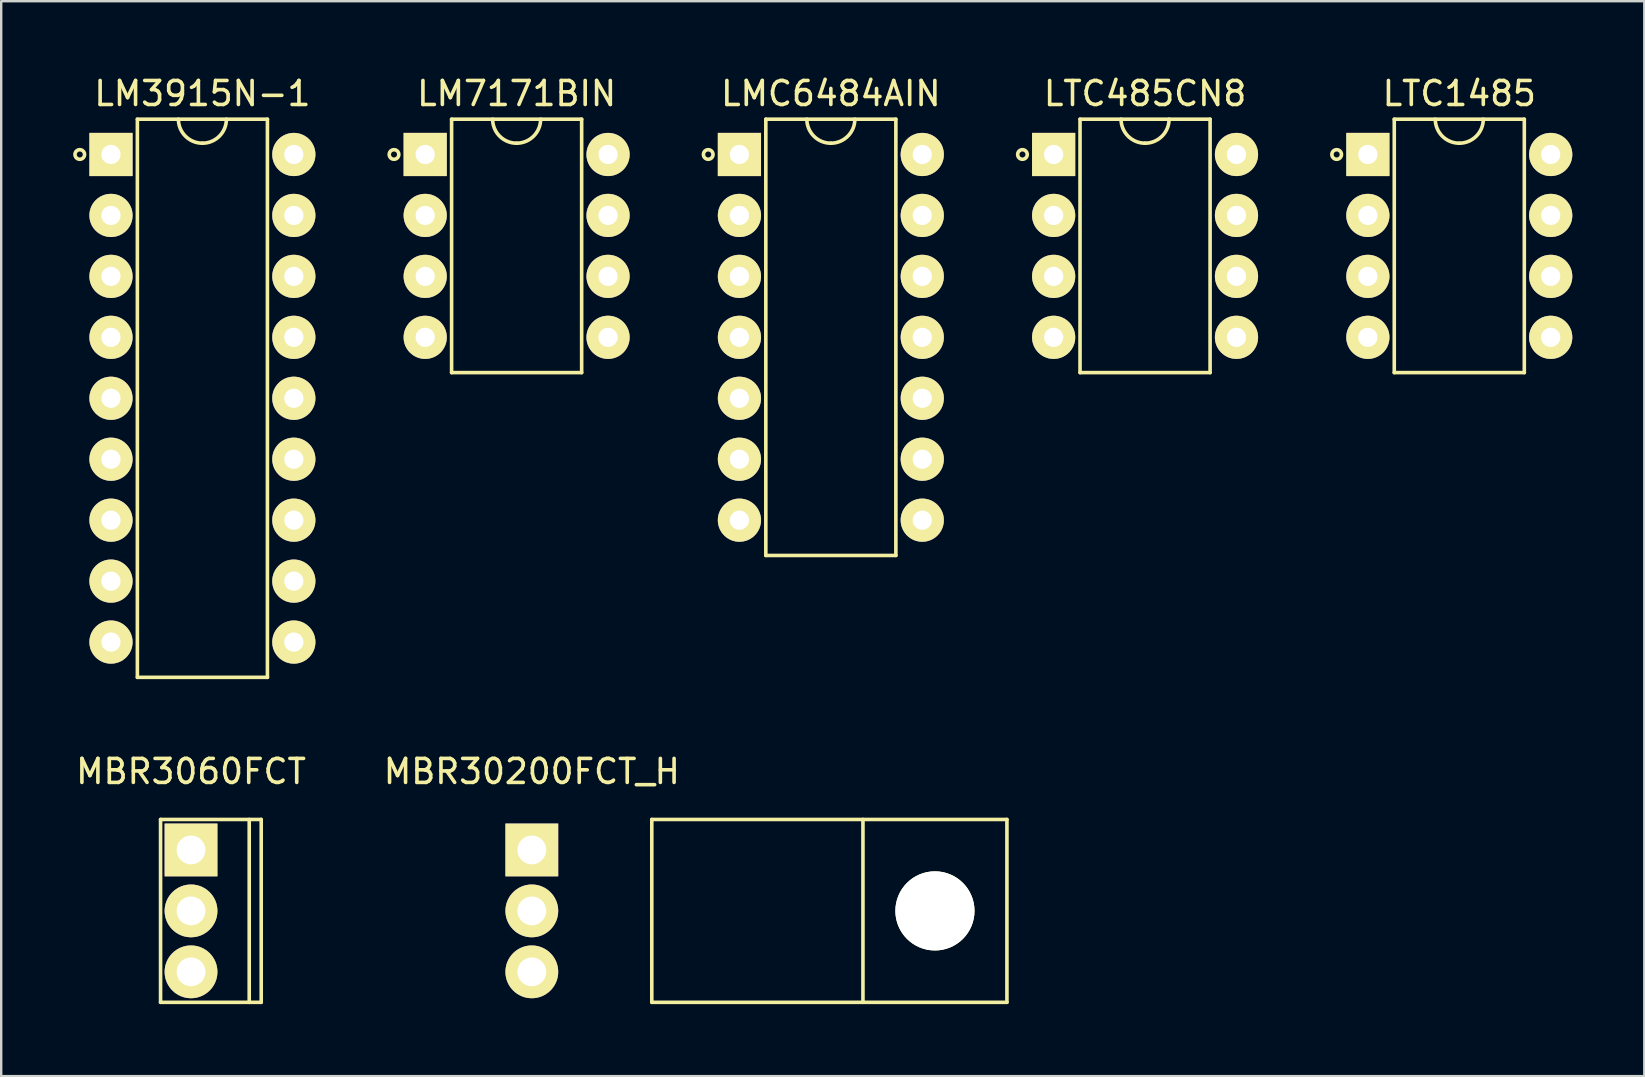
<source format=kicad_pcb>
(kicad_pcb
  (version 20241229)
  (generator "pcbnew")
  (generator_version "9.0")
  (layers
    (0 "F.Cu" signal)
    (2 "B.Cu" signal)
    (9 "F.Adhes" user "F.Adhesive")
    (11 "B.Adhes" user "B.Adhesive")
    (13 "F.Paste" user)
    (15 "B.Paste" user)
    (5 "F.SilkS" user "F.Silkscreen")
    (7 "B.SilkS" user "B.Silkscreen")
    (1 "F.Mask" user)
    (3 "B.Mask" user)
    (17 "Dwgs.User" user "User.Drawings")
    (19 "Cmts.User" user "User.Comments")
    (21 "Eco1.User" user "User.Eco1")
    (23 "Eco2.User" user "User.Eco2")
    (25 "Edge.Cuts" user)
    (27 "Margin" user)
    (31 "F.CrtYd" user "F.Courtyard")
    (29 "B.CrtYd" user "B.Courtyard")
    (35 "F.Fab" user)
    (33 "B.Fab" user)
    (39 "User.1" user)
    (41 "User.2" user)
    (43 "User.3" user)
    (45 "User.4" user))
  (footprint "LM7171BIN"
    (layer "F.Cu")
    (at 14.67 3.388)
    (property "Reference" "LM7171BIN" (at 3.81 -2.54 0) (layer "F.SilkS") (effects (font (size 1 1) (thickness 0.15))))
    (attr through_hole)
    (fp_line (start 1.1 -1.47) (end 6.52 -1.47) (stroke (width 0.15) (type solid)) (layer "F.SilkS"))
    (fp_line (start 1.1 9.09) (end 1.1 -1.47) (stroke (width 0.15) (type solid)) (layer "F.SilkS"))
    (fp_line (start 6.52 -1.47) (end 6.52 9.09) (stroke (width 0.15) (type solid)) (layer "F.SilkS"))
    (fp_line (start 6.52 9.09) (end 1.1 9.09) (stroke (width 0.15) (type solid)) (layer "F.SilkS"))
    (fp_arc (start 3.81 -0.47) (mid 3.102893 -0.762893) (end 2.81 -1.47) (stroke (width 0.15) (type solid)) (layer "F.SilkS"))
    (fp_arc (start 4.81 -1.47) (mid 4.517107 -0.762893) (end 3.81 -0.47) (stroke (width 0.15) (type solid)) (layer "F.SilkS"))
    (fp_circle (center -1.3 0) (end -1.3 0.2) (stroke (width 0.15) (type solid)) (fill no) (layer "F.SilkS"))
    (pad "1" thru_hole rect (at 0 0) (size 1.8 1.8) (drill 0.8) (layers "*.Cu" "*.Mask" "F.SilkS"))
    (pad "2" thru_hole circle (at 0 2.54) (size 1.8 1.8) (drill 0.8) (layers "*.Cu" "*.Mask" "F.SilkS"))
    (pad "3" thru_hole circle (at 0 5.08) (size 1.8 1.8) (drill 0.8) (layers "*.Cu" "*.Mask" "F.SilkS"))
    (pad "4" thru_hole circle (at 0 7.62) (size 1.8 1.8) (drill 0.8) (layers "*.Cu" "*.Mask" "F.SilkS"))
    (pad "5" thru_hole circle (at 7.62 7.62) (size 1.8 1.8) (drill 0.8) (layers "*.Cu" "*.Mask" "F.SilkS"))
    (pad "6" thru_hole circle (at 7.62 5.08) (size 1.8 1.8) (drill 0.8) (layers "*.Cu" "*.Mask" "F.SilkS"))
    (pad "7" thru_hole circle (at 7.62 2.54) (size 1.8 1.8) (drill 0.8) (layers "*.Cu" "*.Mask" "F.SilkS"))
    (pad "8" thru_hole circle (at 7.62 0) (size 1.8 1.8) (drill 0.8) (layers "*.Cu" "*.Mask" "F.SilkS")))
  (footprint "MBR30200FCT_H"
    (layer "F.Cu")
    (at 19.113 32.371)
    (property "Reference" "MBR30200FCT_H" (at 0 -3.27 0) (layer "F.SilkS") (effects (font (size 1 1) (thickness 0.15))))
    (attr through_hole)
    (fp_line (start 5 -1.27) (end 5 6.35) (stroke (width 0.15) (type solid)) (layer "F.SilkS"))
    (fp_line (start 5 -1.27) (end 19.8 -1.27) (stroke (width 0.15) (type solid)) (layer "F.SilkS"))
    (fp_line (start 5 6.35) (end 19.8 6.35) (stroke (width 0.15) (type solid)) (layer "F.SilkS"))
    (fp_line (start 13.8 -1.27) (end 13.8 6.35) (stroke (width 0.15) (type solid)) (layer "F.SilkS"))
    (fp_line (start 19.8 -1.27) (end 19.8 6.35) (stroke (width 0.15) (type solid)) (layer "F.SilkS"))
    (pad "" np_thru_hole circle (at 16.8 2.54) (size 3.3 3.3) (drill 3.3) (layers "*.Cu" "*.Mask" "F.SilkS"))
    (pad "1" thru_hole rect (at 0 0) (size 2.2 2.2) (drill 1.2) (layers "*.Cu" "*.Mask" "F.SilkS"))
    (pad "2" thru_hole circle (at 0 2.54) (size 2.2 2.2) (drill 1.2) (layers "*.Cu" "*.Mask" "F.SilkS"))
    (pad "3" thru_hole circle (at 0 5.08) (size 2.2 2.2) (drill 1.2) (layers "*.Cu" "*.Mask" "F.SilkS")))
  (footprint "LTC485CN8"
    (layer "F.Cu")
    (at 40.86 3.388)
    (property "Reference" "LTC485CN8" (at 3.81 -2.54 0) (layer "F.SilkS") (effects (font (size 1 1) (thickness 0.15))))
    (attr through_hole)
    (fp_line (start 1.1 -1.47) (end 6.52 -1.47) (stroke (width 0.15) (type solid)) (layer "F.SilkS"))
    (fp_line (start 1.1 9.09) (end 1.1 -1.47) (stroke (width 0.15) (type solid)) (layer "F.SilkS"))
    (fp_line (start 6.52 -1.47) (end 6.52 9.09) (stroke (width 0.15) (type solid)) (layer "F.SilkS"))
    (fp_line (start 6.52 9.09) (end 1.1 9.09) (stroke (width 0.15) (type solid)) (layer "F.SilkS"))
    (fp_arc (start 3.81 -0.47) (mid 3.102893 -0.762893) (end 2.81 -1.47) (stroke (width 0.15) (type solid)) (layer "F.SilkS"))
    (fp_arc (start 4.81 -1.47) (mid 4.517107 -0.762893) (end 3.81 -0.47) (stroke (width 0.15) (type solid)) (layer "F.SilkS"))
    (fp_circle (center -1.3 0) (end -1.3 0.2) (stroke (width 0.15) (type solid)) (fill no) (layer "F.SilkS"))
    (pad "1" thru_hole rect (at 0 0) (size 1.8 1.8) (drill 0.8) (layers "*.Cu" "*.Mask" "F.SilkS"))
    (pad "2" thru_hole circle (at 0 2.54) (size 1.8 1.8) (drill 0.8) (layers "*.Cu" "*.Mask" "F.SilkS"))
    (pad "3" thru_hole circle (at 0 5.08) (size 1.8 1.8) (drill 0.8) (layers "*.Cu" "*.Mask" "F.SilkS"))
    (pad "4" thru_hole circle (at 0 7.62) (size 1.8 1.8) (drill 0.8) (layers "*.Cu" "*.Mask" "F.SilkS"))
    (pad "5" thru_hole circle (at 7.62 7.62) (size 1.8 1.8) (drill 0.8) (layers "*.Cu" "*.Mask" "F.SilkS"))
    (pad "6" thru_hole circle (at 7.62 5.08) (size 1.8 1.8) (drill 0.8) (layers "*.Cu" "*.Mask" "F.SilkS"))
    (pad "7" thru_hole circle (at 7.62 2.54) (size 1.8 1.8) (drill 0.8) (layers "*.Cu" "*.Mask" "F.SilkS"))
    (pad "8" thru_hole circle (at 7.62 0) (size 1.8 1.8) (drill 0.8) (layers "*.Cu" "*.Mask" "F.SilkS")))
  (footprint "LMC6484AIN"
    (layer "F.Cu")
    (at 27.765 3.388)
    (property "Reference" "LMC6484AIN" (at 3.81 -2.54 0) (layer "F.SilkS") (effects (font (size 1 1) (thickness 0.15))))
    (attr through_hole)
    (fp_line (start 1.1 -1.47) (end 6.52 -1.47) (stroke (width 0.15) (type solid)) (layer "F.SilkS"))
    (fp_line (start 1.1 16.71) (end 1.1 -1.47) (stroke (width 0.15) (type solid)) (layer "F.SilkS"))
    (fp_line (start 6.52 -1.47) (end 6.52 16.71) (stroke (width 0.15) (type solid)) (layer "F.SilkS"))
    (fp_line (start 6.52 16.71) (end 1.1 16.71) (stroke (width 0.15) (type solid)) (layer "F.SilkS"))
    (fp_arc (start 3.81 -0.47) (mid 3.102893 -0.762893) (end 2.81 -1.47) (stroke (width 0.15) (type solid)) (layer "F.SilkS"))
    (fp_arc (start 4.81 -1.47) (mid 4.517107 -0.762893) (end 3.81 -0.47) (stroke (width 0.15) (type solid)) (layer "F.SilkS"))
    (fp_circle (center -1.3 0) (end -1.3 0.2) (stroke (width 0.15) (type solid)) (fill no) (layer "F.SilkS"))
    (pad "1" thru_hole rect (at 0 0) (size 1.8 1.8) (drill 0.8) (layers "*.Cu" "*.Mask" "F.SilkS"))
    (pad "2" thru_hole circle (at 0 2.54) (size 1.8 1.8) (drill 0.8) (layers "*.Cu" "*.Mask" "F.SilkS"))
    (pad "3" thru_hole circle (at 0 5.08) (size 1.8 1.8) (drill 0.8) (layers "*.Cu" "*.Mask" "F.SilkS"))
    (pad "4" thru_hole circle (at 0 7.62) (size 1.8 1.8) (drill 0.8) (layers "*.Cu" "*.Mask" "F.SilkS"))
    (pad "5" thru_hole circle (at 0 10.16) (size 1.8 1.8) (drill 0.8) (layers "*.Cu" "*.Mask" "F.SilkS"))
    (pad "6" thru_hole circle (at 0 12.7) (size 1.8 1.8) (drill 0.8) (layers "*.Cu" "*.Mask" "F.SilkS"))
    (pad "7" thru_hole circle (at 0 15.24) (size 1.8 1.8) (drill 0.8) (layers "*.Cu" "*.Mask" "F.SilkS"))
    (pad "8" thru_hole circle (at 7.62 15.24) (size 1.8 1.8) (drill 0.8) (layers "*.Cu" "*.Mask" "F.SilkS"))
    (pad "9" thru_hole circle (at 7.62 12.7) (size 1.8 1.8) (drill 0.8) (layers "*.Cu" "*.Mask" "F.SilkS"))
    (pad "10" thru_hole circle (at 7.62 10.16) (size 1.8 1.8) (drill 0.8) (layers "*.Cu" "*.Mask" "F.SilkS"))
    (pad "11" thru_hole circle (at 7.62 7.62) (size 1.8 1.8) (drill 0.8) (layers "*.Cu" "*.Mask" "F.SilkS"))
    (pad "12" thru_hole circle (at 7.62 5.08) (size 1.8 1.8) (drill 0.8) (layers "*.Cu" "*.Mask" "F.SilkS"))
    (pad "13" thru_hole circle (at 7.62 2.54) (size 1.8 1.8) (drill 0.8) (layers "*.Cu" "*.Mask" "F.SilkS"))
    (pad "14" thru_hole circle (at 7.62 0) (size 1.8 1.8) (drill 0.8) (layers "*.Cu" "*.Mask" "F.SilkS")))
  (footprint "LTC1485"
    (layer "F.Cu")
    (at 53.955 3.388)
    (property "Reference" "LTC1485" (at 3.81 -2.54 0) (layer "F.SilkS") (effects (font (size 1 1) (thickness 0.15))))
    (attr through_hole)
    (fp_line (start 1.1 -1.47) (end 6.52 -1.47) (stroke (width 0.15) (type solid)) (layer "F.SilkS"))
    (fp_line (start 1.1 9.09) (end 1.1 -1.47) (stroke (width 0.15) (type solid)) (layer "F.SilkS"))
    (fp_line (start 6.52 -1.47) (end 6.52 9.09) (stroke (width 0.15) (type solid)) (layer "F.SilkS"))
    (fp_line (start 6.52 9.09) (end 1.1 9.09) (stroke (width 0.15) (type solid)) (layer "F.SilkS"))
    (fp_arc (start 3.81 -0.47) (mid 3.102893 -0.762893) (end 2.81 -1.47) (stroke (width 0.15) (type solid)) (layer "F.SilkS"))
    (fp_arc (start 4.81 -1.47) (mid 4.517107 -0.762893) (end 3.81 -0.47) (stroke (width 0.15) (type solid)) (layer "F.SilkS"))
    (fp_circle (center -1.3 0) (end -1.3 0.2) (stroke (width 0.15) (type solid)) (fill no) (layer "F.SilkS"))
    (pad "1" thru_hole rect (at 0 0) (size 1.8 1.8) (drill 0.8) (layers "*.Cu" "*.Mask" "F.SilkS"))
    (pad "2" thru_hole circle (at 0 2.54) (size 1.8 1.8) (drill 0.8) (layers "*.Cu" "*.Mask" "F.SilkS"))
    (pad "3" thru_hole circle (at 0 5.08) (size 1.8 1.8) (drill 0.8) (layers "*.Cu" "*.Mask" "F.SilkS"))
    (pad "4" thru_hole circle (at 0 7.62) (size 1.8 1.8) (drill 0.8) (layers "*.Cu" "*.Mask" "F.SilkS"))
    (pad "5" thru_hole circle (at 7.62 7.62) (size 1.8 1.8) (drill 0.8) (layers "*.Cu" "*.Mask" "F.SilkS"))
    (pad "6" thru_hole circle (at 7.62 5.08) (size 1.8 1.8) (drill 0.8) (layers "*.Cu" "*.Mask" "F.SilkS"))
    (pad "7" thru_hole circle (at 7.62 2.54) (size 1.8 1.8) (drill 0.8) (layers "*.Cu" "*.Mask" "F.SilkS"))
    (pad "8" thru_hole circle (at 7.62 0) (size 1.8 1.8) (drill 0.8) (layers "*.Cu" "*.Mask" "F.SilkS")))
  (footprint "LM3915N-1"
    (layer "F.Cu")
    (at 1.575 3.388)
    (property "Reference" "LM3915N-1" (at 3.81 -2.54 0) (layer "F.SilkS") (effects (font (size 1 1) (thickness 0.15))))
    (attr through_hole)
    (fp_line (start 1.1 -1.47) (end 6.52 -1.47) (stroke (width 0.15) (type solid)) (layer "F.SilkS"))
    (fp_line (start 1.1 21.79) (end 1.1 -1.47) (stroke (width 0.15) (type solid)) (layer "F.SilkS"))
    (fp_line (start 6.52 -1.47) (end 6.52 21.79) (stroke (width 0.15) (type solid)) (layer "F.SilkS"))
    (fp_line (start 6.52 21.79) (end 1.1 21.79) (stroke (width 0.15) (type solid)) (layer "F.SilkS"))
    (fp_arc (start 3.81 -0.47) (mid 3.102893 -0.762893) (end 2.81 -1.47) (stroke (width 0.15) (type solid)) (layer "F.SilkS"))
    (fp_arc (start 4.81 -1.47) (mid 4.517107 -0.762893) (end 3.81 -0.47) (stroke (width 0.15) (type solid)) (layer "F.SilkS"))
    (fp_circle (center -1.3 0) (end -1.3 0.2) (stroke (width 0.15) (type solid)) (fill no) (layer "F.SilkS"))
    (pad "1" thru_hole rect (at 0 0) (size 1.8 1.8) (drill 0.8) (layers "*.Cu" "*.Mask" "F.SilkS"))
    (pad "2" thru_hole circle (at 0 2.54) (size 1.8 1.8) (drill 0.8) (layers "*.Cu" "*.Mask" "F.SilkS"))
    (pad "3" thru_hole circle (at 0 5.08) (size 1.8 1.8) (drill 0.8) (layers "*.Cu" "*.Mask" "F.SilkS"))
    (pad "4" thru_hole circle (at 0 7.62) (size 1.8 1.8) (drill 0.8) (layers "*.Cu" "*.Mask" "F.SilkS"))
    (pad "5" thru_hole circle (at 0 10.16) (size 1.8 1.8) (drill 0.8) (layers "*.Cu" "*.Mask" "F.SilkS"))
    (pad "6" thru_hole circle (at 0 12.7) (size 1.8 1.8) (drill 0.8) (layers "*.Cu" "*.Mask" "F.SilkS"))
    (pad "7" thru_hole circle (at 0 15.24) (size 1.8 1.8) (drill 0.8) (layers "*.Cu" "*.Mask" "F.SilkS"))
    (pad "8" thru_hole circle (at 0 17.78) (size 1.8 1.8) (drill 0.8) (layers "*.Cu" "*.Mask" "F.SilkS"))
    (pad "9" thru_hole circle (at 0 20.32) (size 1.8 1.8) (drill 0.8) (layers "*.Cu" "*.Mask" "F.SilkS"))
    (pad "10" thru_hole circle (at 7.62 20.32) (size 1.8 1.8) (drill 0.8) (layers "*.Cu" "*.Mask" "F.SilkS"))
    (pad "11" thru_hole circle (at 7.62 17.78) (size 1.8 1.8) (drill 0.8) (layers "*.Cu" "*.Mask" "F.SilkS"))
    (pad "12" thru_hole circle (at 7.62 15.24) (size 1.8 1.8) (drill 0.8) (layers "*.Cu" "*.Mask" "F.SilkS"))
    (pad "13" thru_hole circle (at 7.62 12.7) (size 1.8 1.8) (drill 0.8) (layers "*.Cu" "*.Mask" "F.SilkS"))
    (pad "14" thru_hole circle (at 7.62 10.16) (size 1.8 1.8) (drill 0.8) (layers "*.Cu" "*.Mask" "F.SilkS"))
    (pad "15" thru_hole circle (at 7.62 7.62) (size 1.8 1.8) (drill 0.8) (layers "*.Cu" "*.Mask" "F.SilkS"))
    (pad "16" thru_hole circle (at 7.62 5.08) (size 1.8 1.8) (drill 0.8) (layers "*.Cu" "*.Mask" "F.SilkS"))
    (pad "17" thru_hole circle (at 7.62 2.54) (size 1.8 1.8) (drill 0.8) (layers "*.Cu" "*.Mask" "F.SilkS"))
    (pad "18" thru_hole circle (at 7.62 0) (size 1.8 1.8) (drill 0.8) (layers "*.Cu" "*.Mask" "F.SilkS")))
  (footprint "MBR3060FCT"
    (layer "F.Cu")
    (at 4.911 32.371)
    (property "Reference" "MBR3060FCT" (at 0 -3.27 0) (layer "F.SilkS") (effects (font (size 1 1) (thickness 0.15))))
    (attr through_hole)
    (fp_line (start -1.27 -1.27) (end -1.27 6.35) (stroke (width 0.15) (type solid)) (layer "F.SilkS"))
    (fp_line (start -1.27 -1.27) (end 2.925 -1.27) (stroke (width 0.15) (type solid)) (layer "F.SilkS"))
    (fp_line (start -1.27 6.35) (end 2.925 6.35) (stroke (width 0.15) (type solid)) (layer "F.SilkS"))
    (fp_line (start 2.425 -1.27) (end 2.425 6.35) (stroke (width 0.15) (type solid)) (layer "F.SilkS"))
    (fp_line (start 2.925 -1.27) (end 2.925 6.35) (stroke (width 0.15) (type solid)) (layer "F.SilkS"))
    (pad "1" thru_hole rect (at 0 0) (size 2.2 2.2) (drill 1.2) (layers "*.Cu" "*.Mask" "F.SilkS"))
    (pad "2" thru_hole circle (at 0 2.54) (size 2.2 2.2) (drill 1.2) (layers "*.Cu" "*.Mask" "F.SilkS"))
    (pad "3" thru_hole circle (at 0 5.08) (size 2.2 2.2) (drill 1.2) (layers "*.Cu" "*.Mask" "F.SilkS")))
  (gr_rect
    (start -3 -3)
    (end 65.475 41.797)
    (stroke (width 0.1) (type default))
    (fill no)
    (layer "Edge.Cuts")))
</source>
